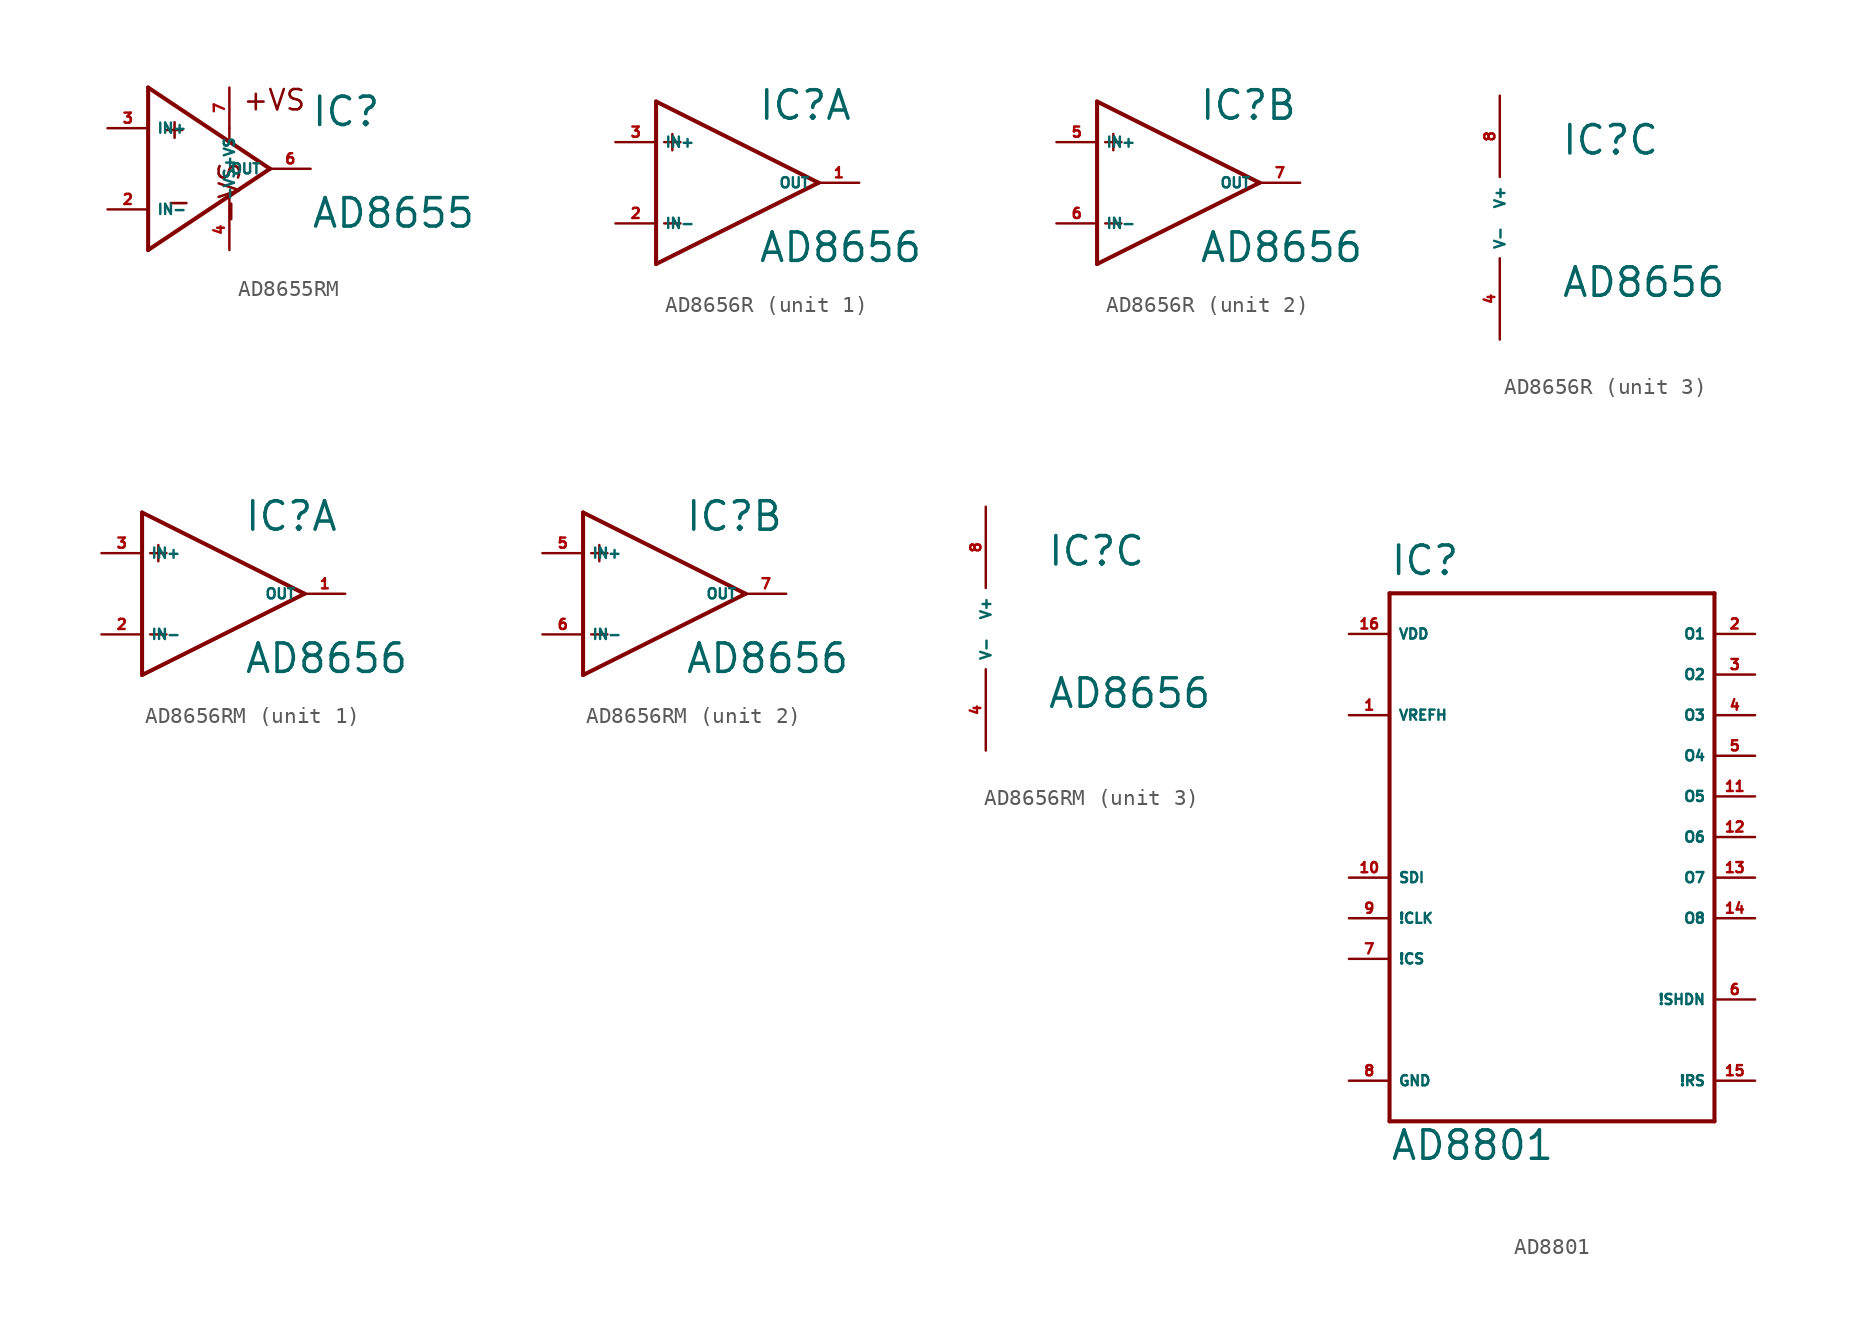
<source format=kicad_sym>
(kicad_symbol_lib
  (version 20220914)
  (generator Eagle2Kicad)
  (symbol "AD8655RM"
    (property "Reference" "IC"
      (at 7.62 2.54 0)
      (effects (font (size 1.778 1.778) (thickness 0.22)) (justify left bottom)))
    (property "Value" "AD8655"
      (at 7.62 -3.81 0)
      (effects (font (size 1.778 1.778) (thickness 0.22)) (justify left bottom)))
    (polyline
      (pts (xy -2.54 5.08) (xy -2.54 -5.08))
      (stroke (width 0.254) (type default))
      (fill (type none)))
    (polyline
      (pts (xy -2.54 -5.08) (xy 5.08 0))
      (stroke (width 0.254) (type default))
      (fill (type none)))
    (polyline
      (pts (xy 5.08 0) (xy -2.54 5.08))
      (stroke (width 0.254) (type default))
      (fill (type none)))
    (polyline
      (pts (xy 2.54 2.54) (xy 2.54 1.778))
      (stroke (width 0.152) (type default))
      (fill (type none)))
    (polyline
      (pts (xy 2.54 -2.54) (xy 2.54 -1.778))
      (stroke (width 0.152) (type default))
      (fill (type none)))
    (text "+"
      (at -1.778 1.778 0)
      (effects (font (size 1.27 1.27) (thickness 0.16)) (justify left bottom)))
    (text "-"
      (at -1.524 -2.794 0)
      (effects (font (size 1.27 1.27) (thickness 0.16)) (justify left bottom)))
    (text "+VS"
      (at 3.302 3.556 0)
      (effects (font (size 1.27 1.27) (thickness 0.16)) (justify left bottom)))
    (text "-VS"
      (at 3.302 -3.556 1800)
      (effects (font (size 1.27 1.27) (thickness 0.16)) (justify left bottom mirror)))
    (pin input line
      (at -5.08 2.54 0)
      (length 2.54)
      (name "IN+" (effects (font (size 0.635 0.635) (thickness 0.08)) (justify left bottom)))
      (number "3" (effects (font (size 0.635 0.635) (thickness 0.08)) (justify left bottom))))
    (pin input line
      (at -5.08 -2.54 0)
      (length 2.54)
      (name "IN-" (effects (font (size 0.635 0.635) (thickness 0.08)) (justify left bottom)))
      (number "2" (effects (font (size 0.635 0.635) (thickness 0.08)) (justify left bottom))))
    (pin output line
      (at 7.62 0 180)
      (length 2.54)
      (name "OUT" (effects (font (size 0.635 0.635) (thickness 0.08)) (justify left bottom)))
      (number "6" (effects (font (size 0.635 0.635) (thickness 0.08)) (justify left bottom))))
    (pin input line
      (at 2.54 -5.08 90)
      (length 2.54)
      (name "-VS" (effects (font (size 0.635 0.635) (thickness 0.08)) (justify left bottom)))
      (number "4" (effects (font (size 0.635 0.635) (thickness 0.08)) (justify left bottom))))
    (pin input line
      (at 2.54 5.08 270)
      (length 2.54)
      (name "+VS" (effects (font (size 0.635 0.635) (thickness 0.08)) (justify left bottom)))
      (number "7" (effects (font (size 0.635 0.635) (thickness 0.08)) (justify left bottom)))))
  (symbol "AD8656R"
    (property "Reference" "IC"
      (at 3.81 3.81 0)
      (effects (font (size 1.778 1.778) (thickness 0.22)) (justify left bottom)))
    (property "Value" "AD8656"
      (at 3.81 -5.08 0)
      (effects (font (size 1.778 1.778) (thickness 0.22)) (justify left bottom)))
    (symbol "AD8656R_1_0"
      (polyline (pts (xy -2.54 5.08) (xy -2.54 -5.08)) (stroke (width 0.254) (type default)) (fill (type none)))
      (polyline (pts (xy -2.54 -5.08) (xy 7.62 0)) (stroke (width 0.254) (type default)) (fill (type none)))
      (polyline (pts (xy 7.62 0) (xy -2.54 5.08)) (stroke (width 0.254) (type default)) (fill (type none)))
      (polyline (pts (xy -2.032 2.54) (xy -1.016 2.54)) (stroke (width 0.152) (type default)) (fill (type none)))
      (polyline (pts (xy -1.524 3.048) (xy -1.524 2.032)) (stroke (width 0.152) (type default)) (fill (type none)))
      (polyline (pts (xy -2.032 -2.54) (xy -1.016 -2.54)) (stroke (width 0.152) (type default)) (fill (type none)))
      (pin input line (at -5.08 2.54 0) (length 2.54) (name "IN+" (effects (font (size 0.635 0.635) (thickness 0.08)) (justify left bottom))) (number "3" (effects (font (size 0.635 0.635) (thickness 0.08)) (justify left bottom))))
      (pin input line (at -5.08 -2.54 0) (length 2.54) (name "IN-" (effects (font (size 0.635 0.635) (thickness 0.08)) (justify left bottom))) (number "2" (effects (font (size 0.635 0.635) (thickness 0.08)) (justify left bottom))))
      (pin output line (at 10.16 0 180) (length 2.54) (name "OUT" (effects (font (size 0.635 0.635) (thickness 0.08)) (justify left bottom))) (number "1" (effects (font (size 0.635 0.635) (thickness 0.08)) (justify left bottom)))))
    (symbol "AD8656R_2_0"
      (polyline (pts (xy -2.54 5.08) (xy -2.54 -5.08)) (stroke (width 0.254) (type default)) (fill (type none)))
      (polyline (pts (xy -2.54 -5.08) (xy 7.62 0)) (stroke (width 0.254) (type default)) (fill (type none)))
      (polyline (pts (xy 7.62 0) (xy -2.54 5.08)) (stroke (width 0.254) (type default)) (fill (type none)))
      (polyline (pts (xy -2.032 2.54) (xy -1.016 2.54)) (stroke (width 0.152) (type default)) (fill (type none)))
      (polyline (pts (xy -1.524 3.048) (xy -1.524 2.032)) (stroke (width 0.152) (type default)) (fill (type none)))
      (polyline (pts (xy -2.032 -2.54) (xy -1.016 -2.54)) (stroke (width 0.152) (type default)) (fill (type none)))
      (pin input line (at -5.08 2.54 0) (length 2.54) (name "IN+" (effects (font (size 0.635 0.635) (thickness 0.08)) (justify left bottom))) (number "5" (effects (font (size 0.635 0.635) (thickness 0.08)) (justify left bottom))))
      (pin input line (at -5.08 -2.54 0) (length 2.54) (name "IN-" (effects (font (size 0.635 0.635) (thickness 0.08)) (justify left bottom))) (number "6" (effects (font (size 0.635 0.635) (thickness 0.08)) (justify left bottom))))
      (pin output line (at 10.16 0 180) (length 2.54) (name "OUT" (effects (font (size 0.635 0.635) (thickness 0.08)) (justify left bottom))) (number "7" (effects (font (size 0.635 0.635) (thickness 0.08)) (justify left bottom)))))
    (symbol "AD8656R_3_0"
      (pin unspecified line (at 0 7.62 270) (length 5.08) (name "V+" (effects (font (size 0.635 0.635) (thickness 0.08)) (justify left bottom))) (number "8" (effects (font (size 0.635 0.635) (thickness 0.08)) (justify left bottom))))
      (pin unspecified line (at 0 -7.62 90) (length 5.08) (name "V-" (effects (font (size 0.635 0.635) (thickness 0.08)) (justify left bottom))) (number "4" (effects (font (size 0.635 0.635) (thickness 0.08)) (justify left bottom))))))
  (symbol "AD8656RM"
    (property "Reference" "IC"
      (at 3.81 3.81 0)
      (effects (font (size 1.778 1.778) (thickness 0.22)) (justify left bottom)))
    (property "Value" "AD8656"
      (at 3.81 -5.08 0)
      (effects (font (size 1.778 1.778) (thickness 0.22)) (justify left bottom)))
    (symbol "AD8656RM_1_0"
      (polyline (pts (xy -2.54 5.08) (xy -2.54 -5.08)) (stroke (width 0.254) (type default)) (fill (type none)))
      (polyline (pts (xy -2.54 -5.08) (xy 7.62 0)) (stroke (width 0.254) (type default)) (fill (type none)))
      (polyline (pts (xy 7.62 0) (xy -2.54 5.08)) (stroke (width 0.254) (type default)) (fill (type none)))
      (polyline (pts (xy -2.032 2.54) (xy -1.016 2.54)) (stroke (width 0.152) (type default)) (fill (type none)))
      (polyline (pts (xy -1.524 3.048) (xy -1.524 2.032)) (stroke (width 0.152) (type default)) (fill (type none)))
      (polyline (pts (xy -2.032 -2.54) (xy -1.016 -2.54)) (stroke (width 0.152) (type default)) (fill (type none)))
      (pin input line (at -5.08 2.54 0) (length 2.54) (name "IN+" (effects (font (size 0.635 0.635) (thickness 0.08)) (justify left bottom))) (number "3" (effects (font (size 0.635 0.635) (thickness 0.08)) (justify left bottom))))
      (pin input line (at -5.08 -2.54 0) (length 2.54) (name "IN-" (effects (font (size 0.635 0.635) (thickness 0.08)) (justify left bottom))) (number "2" (effects (font (size 0.635 0.635) (thickness 0.08)) (justify left bottom))))
      (pin output line (at 10.16 0 180) (length 2.54) (name "OUT" (effects (font (size 0.635 0.635) (thickness 0.08)) (justify left bottom))) (number "1" (effects (font (size 0.635 0.635) (thickness 0.08)) (justify left bottom)))))
    (symbol "AD8656RM_2_0"
      (polyline (pts (xy -2.54 5.08) (xy -2.54 -5.08)) (stroke (width 0.254) (type default)) (fill (type none)))
      (polyline (pts (xy -2.54 -5.08) (xy 7.62 0)) (stroke (width 0.254) (type default)) (fill (type none)))
      (polyline (pts (xy 7.62 0) (xy -2.54 5.08)) (stroke (width 0.254) (type default)) (fill (type none)))
      (polyline (pts (xy -2.032 2.54) (xy -1.016 2.54)) (stroke (width 0.152) (type default)) (fill (type none)))
      (polyline (pts (xy -1.524 3.048) (xy -1.524 2.032)) (stroke (width 0.152) (type default)) (fill (type none)))
      (polyline (pts (xy -2.032 -2.54) (xy -1.016 -2.54)) (stroke (width 0.152) (type default)) (fill (type none)))
      (pin input line (at -5.08 2.54 0) (length 2.54) (name "IN+" (effects (font (size 0.635 0.635) (thickness 0.08)) (justify left bottom))) (number "5" (effects (font (size 0.635 0.635) (thickness 0.08)) (justify left bottom))))
      (pin input line (at -5.08 -2.54 0) (length 2.54) (name "IN-" (effects (font (size 0.635 0.635) (thickness 0.08)) (justify left bottom))) (number "6" (effects (font (size 0.635 0.635) (thickness 0.08)) (justify left bottom))))
      (pin output line (at 10.16 0 180) (length 2.54) (name "OUT" (effects (font (size 0.635 0.635) (thickness 0.08)) (justify left bottom))) (number "7" (effects (font (size 0.635 0.635) (thickness 0.08)) (justify left bottom)))))
    (symbol "AD8656RM_3_0"
      (pin unspecified line (at 0 7.62 270) (length 5.08) (name "V+" (effects (font (size 0.635 0.635) (thickness 0.08)) (justify left bottom))) (number "8" (effects (font (size 0.635 0.635) (thickness 0.08)) (justify left bottom))))
      (pin unspecified line (at 0 -7.62 90) (length 5.08) (name "V-" (effects (font (size 0.635 0.635) (thickness 0.08)) (justify left bottom))) (number "4" (effects (font (size 0.635 0.635) (thickness 0.08)) (justify left bottom))))))
  (symbol "AD8801"
    (property "Reference" "IC"
      (at -10.16 16.256 0)
      (effects (font (size 1.778 1.778) (thickness 0.22)) (justify left bottom)))
    (property "Value" "AD8801"
      (at -10.16 -20.32 0)
      (effects (font (size 1.778 1.778) (thickness 0.22)) (justify left bottom)))
    (polyline
      (pts (xy -10.16 15.24) (xy 10.16 15.24))
      (stroke (width 0.254) (type default))
      (fill (type none)))
    (polyline
      (pts (xy 10.16 15.24) (xy 10.16 -17.78))
      (stroke (width 0.254) (type default))
      (fill (type none)))
    (polyline
      (pts (xy 10.16 -17.78) (xy -10.16 -17.78))
      (stroke (width 0.254) (type default))
      (fill (type none)))
    (polyline
      (pts (xy -10.16 -17.78) (xy -10.16 15.24))
      (stroke (width 0.254) (type default))
      (fill (type none)))
    (pin output line
      (at 12.7 12.7 180)
      (length 2.54)
      (name "O1" (effects (font (size 0.635 0.635) (thickness 0.08)) (justify left bottom)))
      (number "2" (effects (font (size 0.635 0.635) (thickness 0.08)) (justify left bottom))))
    (pin output line
      (at 12.7 10.16 180)
      (length 2.54)
      (name "O2" (effects (font (size 0.635 0.635) (thickness 0.08)) (justify left bottom)))
      (number "3" (effects (font (size 0.635 0.635) (thickness 0.08)) (justify left bottom))))
    (pin output line
      (at 12.7 7.62 180)
      (length 2.54)
      (name "O3" (effects (font (size 0.635 0.635) (thickness 0.08)) (justify left bottom)))
      (number "4" (effects (font (size 0.635 0.635) (thickness 0.08)) (justify left bottom))))
    (pin output line
      (at 12.7 5.08 180)
      (length 2.54)
      (name "O4" (effects (font (size 0.635 0.635) (thickness 0.08)) (justify left bottom)))
      (number "5" (effects (font (size 0.635 0.635) (thickness 0.08)) (justify left bottom))))
    (pin output line
      (at 12.7 2.54 180)
      (length 2.54)
      (name "O5" (effects (font (size 0.635 0.635) (thickness 0.08)) (justify left bottom)))
      (number "11" (effects (font (size 0.635 0.635) (thickness 0.08)) (justify left bottom))))
    (pin output line
      (at 12.7 0 180)
      (length 2.54)
      (name "O6" (effects (font (size 0.635 0.635) (thickness 0.08)) (justify left bottom)))
      (number "12" (effects (font (size 0.635 0.635) (thickness 0.08)) (justify left bottom))))
    (pin output line
      (at 12.7 -2.54 180)
      (length 2.54)
      (name "O7" (effects (font (size 0.635 0.635) (thickness 0.08)) (justify left bottom)))
      (number "13" (effects (font (size 0.635 0.635) (thickness 0.08)) (justify left bottom))))
    (pin output line
      (at 12.7 -5.08 180)
      (length 2.54)
      (name "O8" (effects (font (size 0.635 0.635) (thickness 0.08)) (justify left bottom)))
      (number "14" (effects (font (size 0.635 0.635) (thickness 0.08)) (justify left bottom))))
    (pin input line
      (at 12.7 -10.16 180)
      (length 2.54)
      (name "!SHDN" (effects (font (size 0.635 0.635) (thickness 0.08)) (justify left bottom)))
      (number "6" (effects (font (size 0.635 0.635) (thickness 0.08)) (justify left bottom))))
    (pin input line
      (at 12.7 -15.24 180)
      (length 2.54)
      (name "!RS" (effects (font (size 0.635 0.635) (thickness 0.08)) (justify left bottom)))
      (number "15" (effects (font (size 0.635 0.635) (thickness 0.08)) (justify left bottom))))
    (pin input line
      (at -12.7 -7.62 0)
      (length 2.54)
      (name "!CS" (effects (font (size 0.635 0.635) (thickness 0.08)) (justify left bottom)))
      (number "7" (effects (font (size 0.635 0.635) (thickness 0.08)) (justify left bottom))))
    (pin input line
      (at -12.7 -5.08 0)
      (length 2.54)
      (name "!CLK" (effects (font (size 0.635 0.635) (thickness 0.08)) (justify left bottom)))
      (number "9" (effects (font (size 0.635 0.635) (thickness 0.08)) (justify left bottom))))
    (pin input line
      (at -12.7 -2.54 0)
      (length 2.54)
      (name "SDI" (effects (font (size 0.635 0.635) (thickness 0.08)) (justify left bottom)))
      (number "10" (effects (font (size 0.635 0.635) (thickness 0.08)) (justify left bottom))))
    (pin input line
      (at -12.7 7.62 0)
      (length 2.54)
      (name "VREFH" (effects (font (size 0.635 0.635) (thickness 0.08)) (justify left bottom)))
      (number "1" (effects (font (size 0.635 0.635) (thickness 0.08)) (justify left bottom))))
    (pin unspecified line
      (at -12.7 12.7 0)
      (length 2.54)
      (name "VDD" (effects (font (size 0.635 0.635) (thickness 0.08)) (justify left bottom)))
      (number "16" (effects (font (size 0.635 0.635) (thickness 0.08)) (justify left bottom))))
    (pin unspecified line
      (at -12.7 -15.24 0)
      (length 2.54)
      (name "GND" (effects (font (size 0.635 0.635) (thickness 0.08)) (justify left bottom)))
      (number "8" (effects (font (size 0.635 0.635) (thickness 0.08)) (justify left bottom))))))
</source>
